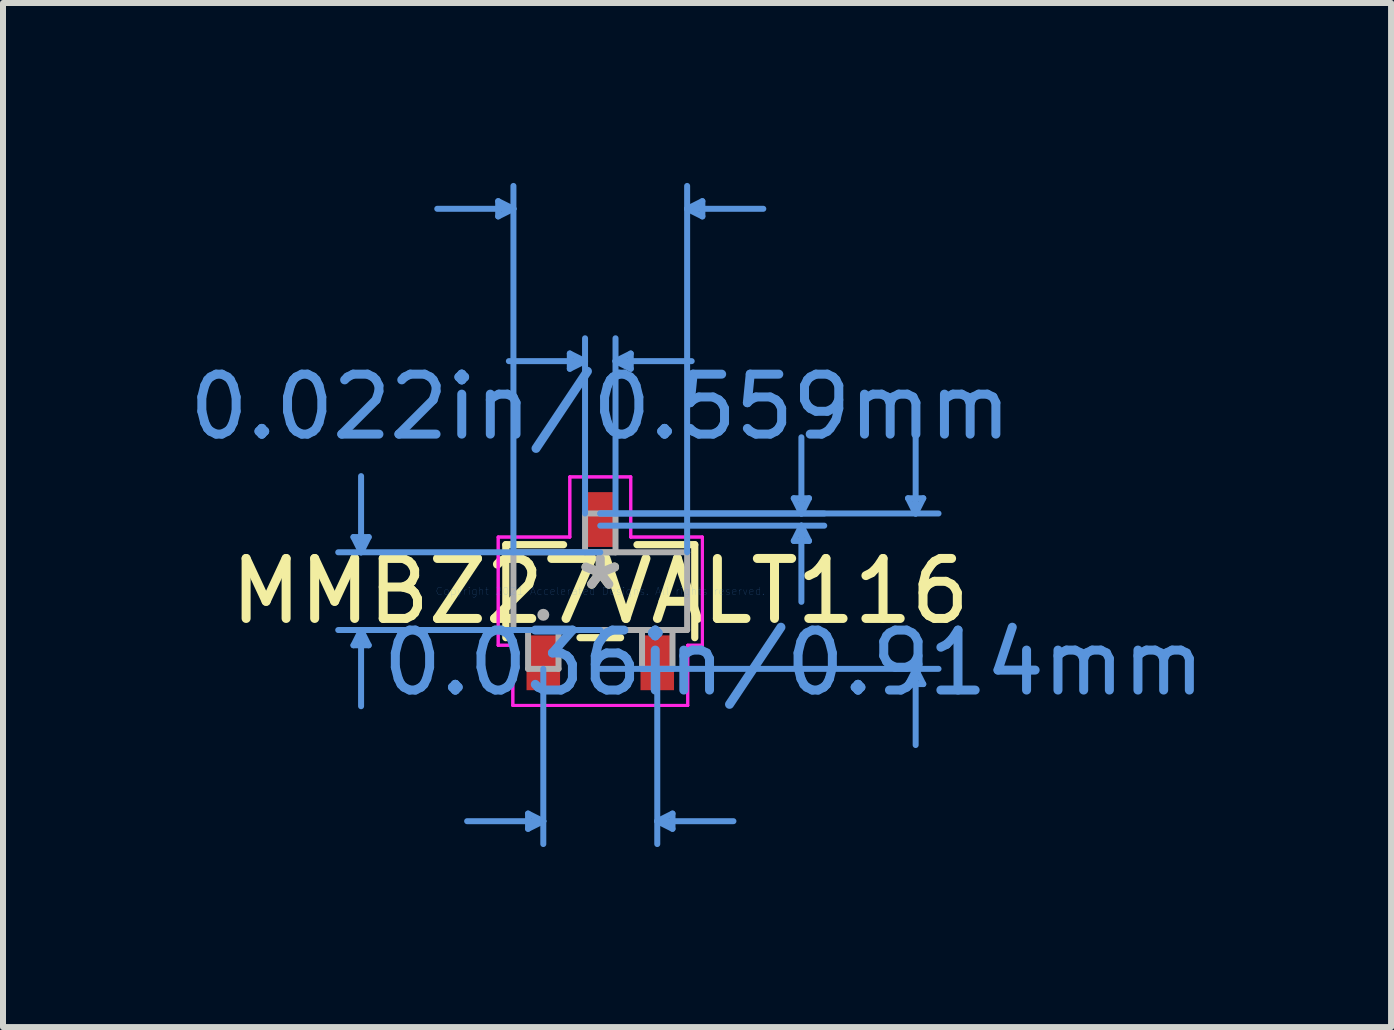
<source format=kicad_pcb>
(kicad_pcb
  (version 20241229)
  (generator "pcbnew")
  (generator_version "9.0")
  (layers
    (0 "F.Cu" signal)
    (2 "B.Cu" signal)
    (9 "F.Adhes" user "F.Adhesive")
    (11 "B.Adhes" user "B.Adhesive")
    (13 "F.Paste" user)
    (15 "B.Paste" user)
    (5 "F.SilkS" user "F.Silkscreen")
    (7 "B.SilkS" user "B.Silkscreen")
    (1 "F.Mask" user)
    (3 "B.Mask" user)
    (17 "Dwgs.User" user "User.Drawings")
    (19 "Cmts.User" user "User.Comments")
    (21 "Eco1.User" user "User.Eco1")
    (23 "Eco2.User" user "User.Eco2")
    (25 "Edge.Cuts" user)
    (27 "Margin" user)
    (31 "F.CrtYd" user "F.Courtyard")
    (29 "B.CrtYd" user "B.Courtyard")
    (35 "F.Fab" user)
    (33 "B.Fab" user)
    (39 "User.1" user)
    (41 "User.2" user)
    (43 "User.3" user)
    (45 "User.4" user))
  (footprint "MMBZ27VALT116"
    (layer "F.Cu")
    (at 6.958 6.806)
    (property "Reference" "MMBZ27VALT116" (at 0 0 0) (layer "F.SilkS") (effects (font (size 1 1) (thickness 0.15))))
    (attr through_hole)
    (fp_line (start -1.575 -0.775) (end -1.575 0.775) (stroke (width 0.12) (type solid)) (layer "F.SilkS"))
    (fp_line (start -0.612 -0.775) (end -1.575 -0.775) (stroke (width 0.12) (type solid)) (layer "F.SilkS"))
    (fp_line (start -0.338 0.775) (end 0.338 0.775) (stroke (width 0.12) (type solid)) (layer "F.SilkS"))
    (fp_line (start 1.575 -0.775) (end 0.612 -0.775) (stroke (width 0.12) (type solid)) (layer "F.SilkS"))
    (fp_line (start 1.575 0.775) (end 1.575 -0.775) (stroke (width 0.12) (type solid)) (layer "F.SilkS"))
    (fp_line (start -4.115 -0.902) (end -3.861 -0.902) (stroke (width 0.1) (type solid)) (layer "Cmts.User"))
    (fp_line (start -4.115 0.902) (end -3.861 0.902) (stroke (width 0.1) (type solid)) (layer "Cmts.User"))
    (fp_line (start -3.988 -0.648) (end -4.115 -0.902) (stroke (width 0.1) (type solid)) (layer "Cmts.User"))
    (fp_line (start -3.988 -0.648) (end -3.988 -1.918) (stroke (width 0.1) (type solid)) (layer "Cmts.User"))
    (fp_line (start -3.988 -0.648) (end -3.861 -0.902) (stroke (width 0.1) (type solid)) (layer "Cmts.User"))
    (fp_line (start -3.988 0.648) (end -4.115 0.902) (stroke (width 0.1) (type solid)) (layer "Cmts.User"))
    (fp_line (start -3.988 0.648) (end -3.988 1.918) (stroke (width 0.1) (type solid)) (layer "Cmts.User"))
    (fp_line (start -3.988 0.648) (end -3.861 0.902) (stroke (width 0.1) (type solid)) (layer "Cmts.User"))
    (fp_line (start -1.702 -6.502) (end -1.702 -6.248) (stroke (width 0.1) (type solid)) (layer "Cmts.User"))
    (fp_line (start -1.448 -6.375) (end -2.718 -6.375) (stroke (width 0.1) (type solid)) (layer "Cmts.User"))
    (fp_line (start -1.448 -6.375) (end -1.702 -6.502) (stroke (width 0.1) (type solid)) (layer "Cmts.User"))
    (fp_line (start -1.448 -6.375) (end -1.702 -6.248) (stroke (width 0.1) (type solid)) (layer "Cmts.User"))
    (fp_line (start -1.448 -0.648) (end -1.448 -6.756) (stroke (width 0.1) (type solid)) (layer "Cmts.User"))
    (fp_line (start -1.204 3.708) (end -1.204 3.962) (stroke (width 0.1) (type solid)) (layer "Cmts.User"))
    (fp_line (start -0.95 1.295) (end -0.95 4.216) (stroke (width 0.1) (type solid)) (layer "Cmts.User"))
    (fp_line (start -0.95 3.835) (end -2.22 3.835) (stroke (width 0.1) (type solid)) (layer "Cmts.User"))
    (fp_line (start -0.95 3.835) (end -1.204 3.708) (stroke (width 0.1) (type solid)) (layer "Cmts.User"))
    (fp_line (start -0.95 3.835) (end -1.204 3.962) (stroke (width 0.1) (type solid)) (layer "Cmts.User"))
    (fp_line (start -0.508 -3.962) (end -0.508 -3.708) (stroke (width 0.1) (type solid)) (layer "Cmts.User"))
    (fp_line (start -0.254 -3.835) (end -1.524 -3.835) (stroke (width 0.1) (type solid)) (layer "Cmts.User"))
    (fp_line (start -0.254 -3.835) (end -0.508 -3.962) (stroke (width 0.1) (type solid)) (layer "Cmts.User"))
    (fp_line (start -0.254 -3.835) (end -0.508 -3.708) (stroke (width 0.1) (type solid)) (layer "Cmts.User"))
    (fp_line (start -0.254 -1.295) (end -0.254 -4.216) (stroke (width 0.1) (type solid)) (layer "Cmts.User"))
    (fp_line (start 0 -1.295) (end 3.734 -1.295) (stroke (width 0.1) (type solid)) (layer "Cmts.User"))
    (fp_line (start 0 -1.295) (end 5.639 -1.295) (stroke (width 0.1) (type solid)) (layer "Cmts.User"))
    (fp_line (start 0 -1.092) (end 3.734 -1.092) (stroke (width 0.1) (type solid)) (layer "Cmts.User"))
    (fp_line (start 0 -0.648) (end -4.369 -0.648) (stroke (width 0.1) (type solid)) (layer "Cmts.User"))
    (fp_line (start 0 0.648) (end -4.369 0.648) (stroke (width 0.1) (type solid)) (layer "Cmts.User"))
    (fp_line (start 0 1.295) (end 5.639 1.295) (stroke (width 0.1) (type solid)) (layer "Cmts.User"))
    (fp_line (start 0.254 -3.835) (end 0.508 -3.962) (stroke (width 0.1) (type solid)) (layer "Cmts.User"))
    (fp_line (start 0.254 -3.835) (end 0.508 -3.708) (stroke (width 0.1) (type solid)) (layer "Cmts.User"))
    (fp_line (start 0.254 -3.835) (end 1.524 -3.835) (stroke (width 0.1) (type solid)) (layer "Cmts.User"))
    (fp_line (start 0.254 -1.295) (end 0.254 -4.216) (stroke (width 0.1) (type solid)) (layer "Cmts.User"))
    (fp_line (start 0.508 -3.962) (end 0.508 -3.708) (stroke (width 0.1) (type solid)) (layer "Cmts.User"))
    (fp_line (start 0.95 1.295) (end 0.95 4.216) (stroke (width 0.1) (type solid)) (layer "Cmts.User"))
    (fp_line (start 0.95 3.835) (end 1.204 3.708) (stroke (width 0.1) (type solid)) (layer "Cmts.User"))
    (fp_line (start 0.95 3.835) (end 1.204 3.962) (stroke (width 0.1) (type solid)) (layer "Cmts.User"))
    (fp_line (start 0.95 3.835) (end 2.22 3.835) (stroke (width 0.1) (type solid)) (layer "Cmts.User"))
    (fp_line (start 1.204 3.708) (end 1.204 3.962) (stroke (width 0.1) (type solid)) (layer "Cmts.User"))
    (fp_line (start 1.448 -6.375) (end 1.702 -6.502) (stroke (width 0.1) (type solid)) (layer "Cmts.User"))
    (fp_line (start 1.448 -6.375) (end 1.702 -6.248) (stroke (width 0.1) (type solid)) (layer "Cmts.User"))
    (fp_line (start 1.448 -6.375) (end 2.718 -6.375) (stroke (width 0.1) (type solid)) (layer "Cmts.User"))
    (fp_line (start 1.448 -0.648) (end 1.448 -6.756) (stroke (width 0.1) (type solid)) (layer "Cmts.User"))
    (fp_line (start 1.702 -6.502) (end 1.702 -6.248) (stroke (width 0.1) (type solid)) (layer "Cmts.User"))
    (fp_line (start 3.226 -1.549) (end 3.48 -1.549) (stroke (width 0.1) (type solid)) (layer "Cmts.User"))
    (fp_line (start 3.226 -0.838) (end 3.48 -0.838) (stroke (width 0.1) (type solid)) (layer "Cmts.User"))
    (fp_line (start 3.353 -1.295) (end 3.226 -1.549) (stroke (width 0.1) (type solid)) (layer "Cmts.User"))
    (fp_line (start 3.353 -1.295) (end 3.353 -2.565) (stroke (width 0.1) (type solid)) (layer "Cmts.User"))
    (fp_line (start 3.353 -1.295) (end 3.48 -1.549) (stroke (width 0.1) (type solid)) (layer "Cmts.User"))
    (fp_line (start 3.353 -1.092) (end 3.226 -0.838) (stroke (width 0.1) (type solid)) (layer "Cmts.User"))
    (fp_line (start 3.353 -1.092) (end 3.353 0.178) (stroke (width 0.1) (type solid)) (layer "Cmts.User"))
    (fp_line (start 3.353 -1.092) (end 3.48 -0.838) (stroke (width 0.1) (type solid)) (layer "Cmts.User"))
    (fp_line (start 5.131 -1.549) (end 5.385 -1.549) (stroke (width 0.1) (type solid)) (layer "Cmts.User"))
    (fp_line (start 5.131 1.549) (end 5.385 1.549) (stroke (width 0.1) (type solid)) (layer "Cmts.User"))
    (fp_line (start 5.258 -1.295) (end 5.131 -1.549) (stroke (width 0.1) (type solid)) (layer "Cmts.User"))
    (fp_line (start 5.258 -1.295) (end 5.258 -2.565) (stroke (width 0.1) (type solid)) (layer "Cmts.User"))
    (fp_line (start 5.258 -1.295) (end 5.385 -1.549) (stroke (width 0.1) (type solid)) (layer "Cmts.User"))
    (fp_line (start 5.258 1.295) (end 5.131 1.549) (stroke (width 0.1) (type solid)) (layer "Cmts.User"))
    (fp_line (start 5.258 1.295) (end 5.258 2.565) (stroke (width 0.1) (type solid)) (layer "Cmts.User"))
    (fp_line (start 5.258 1.295) (end 5.385 1.549) (stroke (width 0.1) (type solid)) (layer "Cmts.User"))
    (fp_line (start -1.702 -0.902) (end -0.508 -0.902) (stroke (width 0.05) (type solid)) (layer "F.CrtYd"))
    (fp_line (start -1.702 -0.902) (end -0.508 -0.902) (stroke (width 0.05) (type solid)) (layer "F.CrtYd"))
    (fp_line (start -1.702 0.902) (end -1.702 -0.902) (stroke (width 0.05) (type solid)) (layer "F.CrtYd"))
    (fp_line (start -1.702 0.902) (end -1.702 -0.902) (stroke (width 0.05) (type solid)) (layer "F.CrtYd"))
    (fp_line (start -1.702 0.902) (end -1.458 0.902) (stroke (width 0.05) (type solid)) (layer "F.CrtYd"))
    (fp_line (start -1.458 0.902) (end -1.702 0.902) (stroke (width 0.05) (type solid)) (layer "F.CrtYd"))
    (fp_line (start -1.458 0.902) (end -1.458 1.905) (stroke (width 0.05) (type solid)) (layer "F.CrtYd"))
    (fp_line (start -1.458 1.905) (end -1.458 0.902) (stroke (width 0.05) (type solid)) (layer "F.CrtYd"))
    (fp_line (start -1.458 1.905) (end 1.458 1.905) (stroke (width 0.05) (type solid)) (layer "F.CrtYd"))
    (fp_line (start -0.508 -1.905) (end 0.508 -1.905) (stroke (width 0.05) (type solid)) (layer "F.CrtYd"))
    (fp_line (start -0.508 -1.905) (end 0.508 -1.905) (stroke (width 0.05) (type solid)) (layer "F.CrtYd"))
    (fp_line (start -0.508 -0.902) (end -0.508 -1.905) (stroke (width 0.05) (type solid)) (layer "F.CrtYd"))
    (fp_line (start -0.508 -0.902) (end -0.508 -1.905) (stroke (width 0.05) (type solid)) (layer "F.CrtYd"))
    (fp_line (start 0.508 -1.905) (end 0.508 -0.902) (stroke (width 0.05) (type solid)) (layer "F.CrtYd"))
    (fp_line (start 0.508 -0.902) (end 0.508 -1.905) (stroke (width 0.05) (type solid)) (layer "F.CrtYd"))
    (fp_line (start 0.508 -0.902) (end 1.702 -0.902) (stroke (width 0.05) (type solid)) (layer "F.CrtYd"))
    (fp_line (start 1.458 0.902) (end 1.458 1.905) (stroke (width 0.05) (type solid)) (layer "F.CrtYd"))
    (fp_line (start 1.458 0.902) (end 1.458 1.905) (stroke (width 0.05) (type solid)) (layer "F.CrtYd"))
    (fp_line (start 1.458 1.905) (end -1.458 1.905) (stroke (width 0.05) (type solid)) (layer "F.CrtYd"))
    (fp_line (start 1.702 -0.902) (end 0.508 -0.902) (stroke (width 0.05) (type solid)) (layer "F.CrtYd"))
    (fp_line (start 1.702 -0.902) (end 1.702 0.902) (stroke (width 0.05) (type solid)) (layer "F.CrtYd"))
    (fp_line (start 1.702 -0.902) (end 1.702 0.902) (stroke (width 0.05) (type solid)) (layer "F.CrtYd"))
    (fp_line (start 1.702 0.902) (end 1.458 0.902) (stroke (width 0.05) (type solid)) (layer "F.CrtYd"))
    (fp_line (start 1.702 0.902) (end 1.458 0.902) (stroke (width 0.05) (type solid)) (layer "F.CrtYd"))
    (fp_line (start -1.448 -0.648) (end -1.448 0.648) (stroke (width 0.1) (type solid)) (layer "F.Fab"))
    (fp_line (start -1.448 0.648) (end 1.448 0.648) (stroke (width 0.1) (type solid)) (layer "F.Fab"))
    (fp_line (start -1.204 0.648) (end -1.204 1.295) (stroke (width 0.1) (type solid)) (layer "F.Fab"))
    (fp_line (start -1.204 1.295) (end -0.696 1.295) (stroke (width 0.1) (type solid)) (layer "F.Fab"))
    (fp_line (start -0.696 0.648) (end -1.204 0.648) (stroke (width 0.1) (type solid)) (layer "F.Fab"))
    (fp_line (start -0.696 1.295) (end -0.696 0.648) (stroke (width 0.1) (type solid)) (layer "F.Fab"))
    (fp_line (start -0.254 -1.295) (end -0.254 -0.648) (stroke (width 0.1) (type solid)) (layer "F.Fab"))
    (fp_line (start -0.254 -0.648) (end 0.254 -0.648) (stroke (width 0.1) (type solid)) (layer "F.Fab"))
    (fp_line (start 0.254 -1.295) (end -0.254 -1.295) (stroke (width 0.1) (type solid)) (layer "F.Fab"))
    (fp_line (start 0.254 -0.648) (end 0.254 -1.295) (stroke (width 0.1) (type solid)) (layer "F.Fab"))
    (fp_line (start 0.696 0.648) (end 0.696 1.295) (stroke (width 0.1) (type solid)) (layer "F.Fab"))
    (fp_line (start 0.696 1.295) (end 1.204 1.295) (stroke (width 0.1) (type solid)) (layer "F.Fab"))
    (fp_line (start 1.204 0.648) (end 0.696 0.648) (stroke (width 0.1) (type solid)) (layer "F.Fab"))
    (fp_line (start 1.204 1.295) (end 1.204 0.648) (stroke (width 0.1) (type solid)) (layer "F.Fab"))
    (fp_line (start 1.448 -0.648) (end -1.448 -0.648) (stroke (width 0.1) (type solid)) (layer "F.Fab"))
    (fp_line (start 1.448 0.648) (end 1.448 -0.648) (stroke (width 0.1) (type solid)) (layer "F.Fab"))
    (fp_circle (center -0.95 0.394) (end -0.95 0.394) (stroke (width 0.1) (type solid)) (fill no) (layer "F.Fab"))
    (fp_text user "*" (at 0 0 0) (layer "F.SilkS") (effects (font (size 1 1) (thickness 0.15))))
    (fp_text user "0.036in/0.914mm" (at 3.226 1.194 0) (layer "Cmts.User") (effects (font (size 1 1) (thickness 0.15))))
    (fp_text user "0.022in/0.559mm" (at 0 -3.073 0) (layer "Cmts.User") (effects (font (size 1 1) (thickness 0.15))))
    (fp_text user "Copyright 2021 Accelerated Designs. All rights reserved." (at 0 0 0) (layer "Cmts.User") (effects (font (size 0.127 0.127) (thickness 0.002))))
    (fp_text user "*" (at 0 0 0) (layer "F.Fab") (effects (font (size 1 1) (thickness 0.15))))
    (pad "1" smd rect (at -0.95 1.194) (size 0.559 0.914) (layers "F.Cu" "F.Mask" "F.Paste"))
    (pad "2" smd rect (at 0.95 1.194) (size 0.559 0.914) (layers "F.Cu" "F.Mask" "F.Paste"))
    (pad "3" smd rect (at 0 -1.194) (size 0.559 0.914) (layers "F.Cu" "F.Mask" "F.Paste")))
  (gr_rect
    (start -3 -3)
    (end 20.142 14.073)
    (stroke (width 0.1) (type default))
    (fill no)
    (layer "Edge.Cuts")))
</source>
